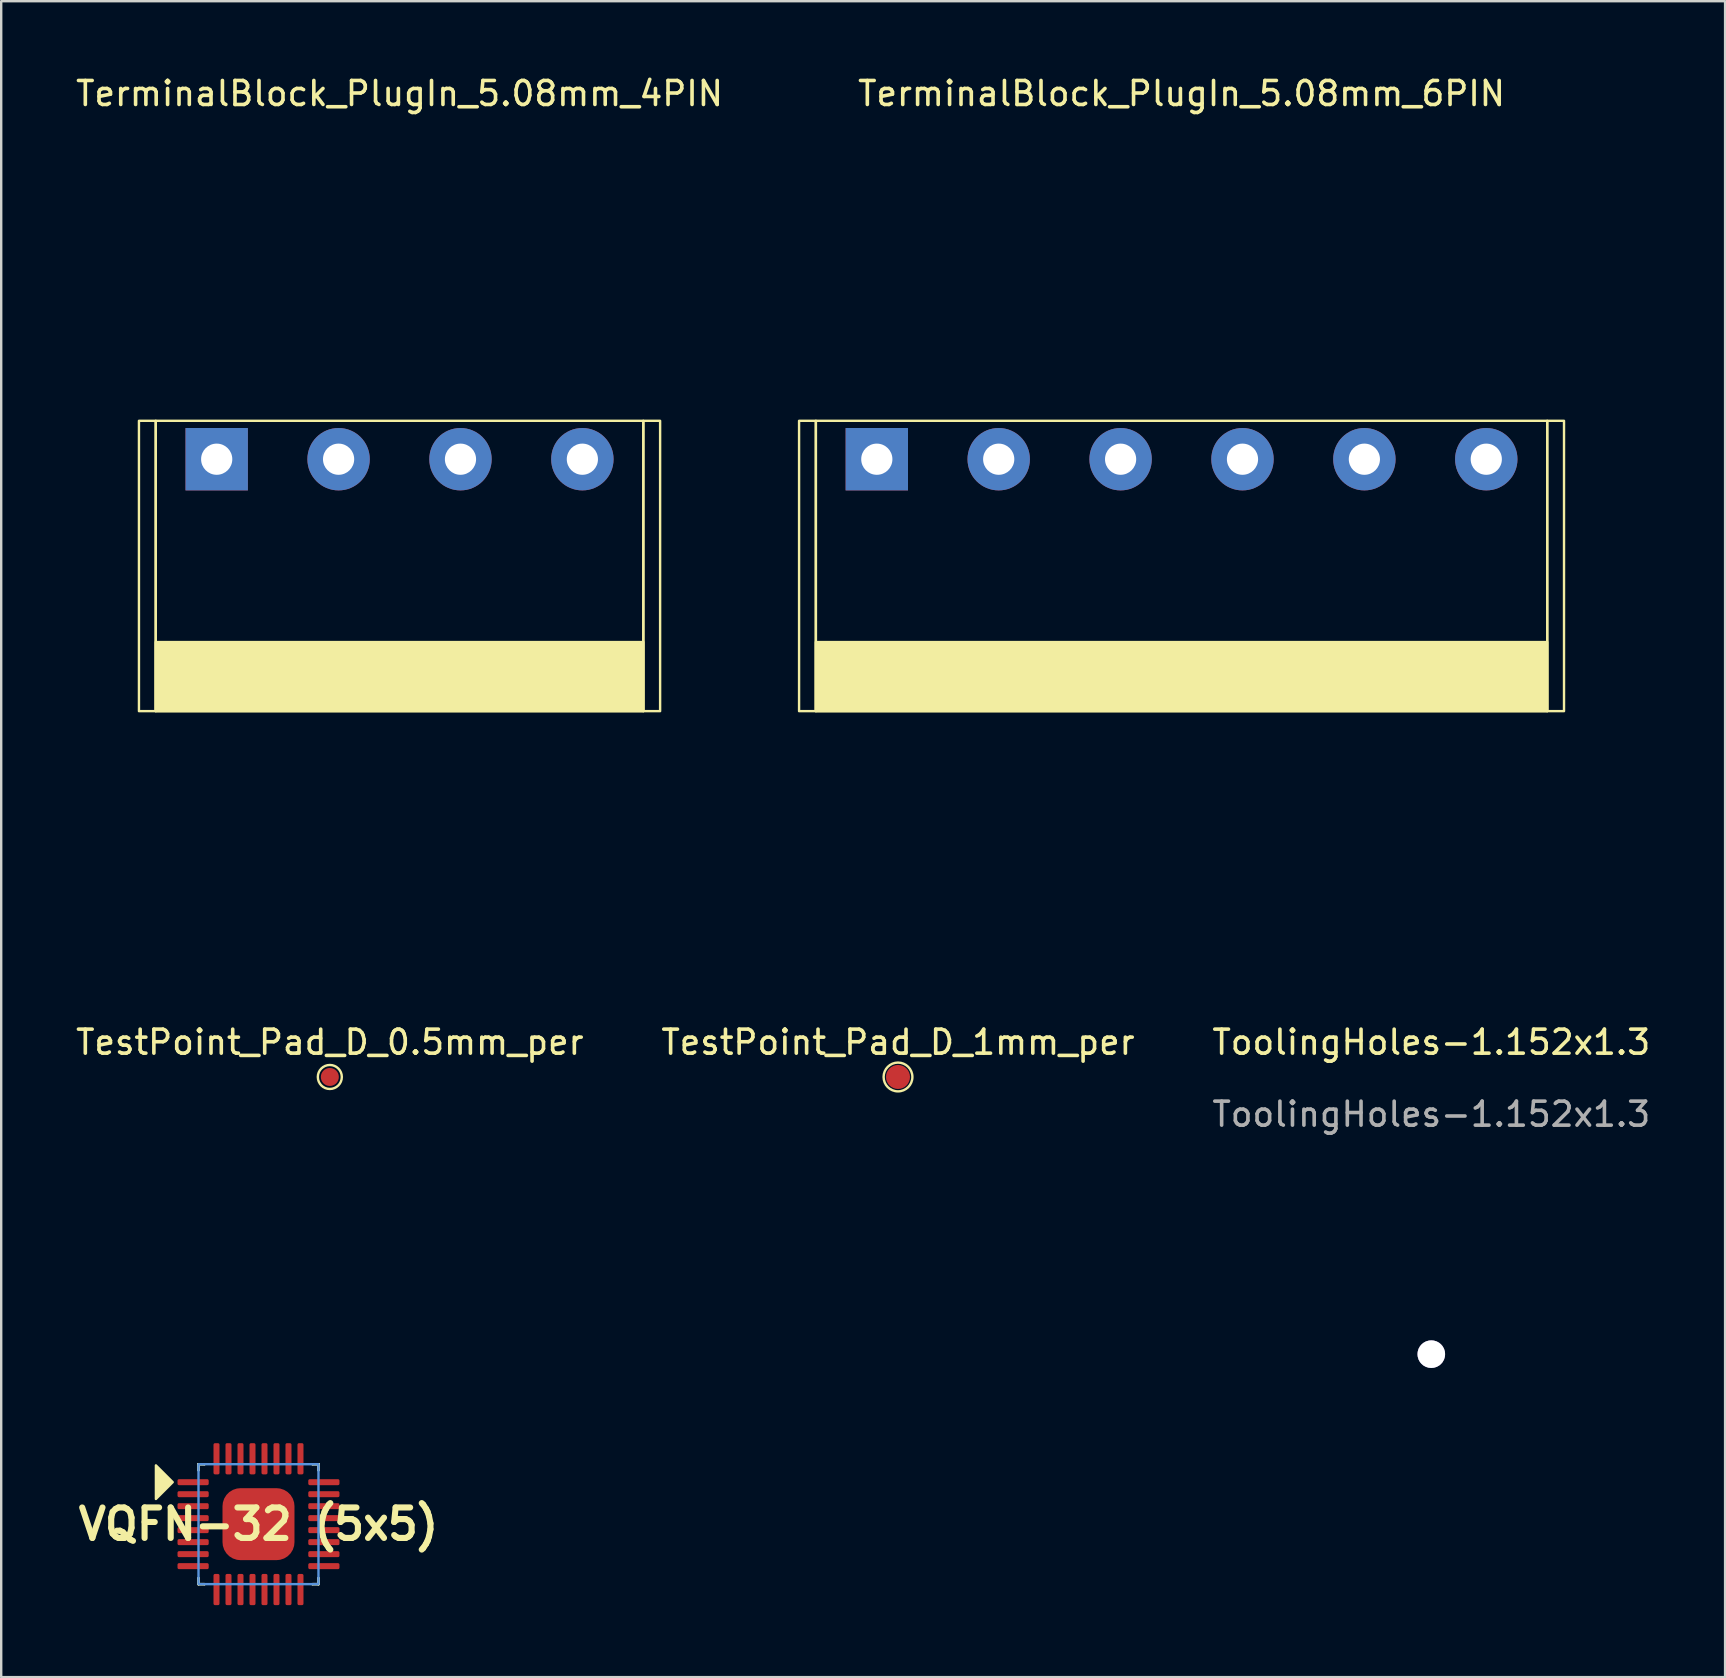
<source format=kicad_pcb>
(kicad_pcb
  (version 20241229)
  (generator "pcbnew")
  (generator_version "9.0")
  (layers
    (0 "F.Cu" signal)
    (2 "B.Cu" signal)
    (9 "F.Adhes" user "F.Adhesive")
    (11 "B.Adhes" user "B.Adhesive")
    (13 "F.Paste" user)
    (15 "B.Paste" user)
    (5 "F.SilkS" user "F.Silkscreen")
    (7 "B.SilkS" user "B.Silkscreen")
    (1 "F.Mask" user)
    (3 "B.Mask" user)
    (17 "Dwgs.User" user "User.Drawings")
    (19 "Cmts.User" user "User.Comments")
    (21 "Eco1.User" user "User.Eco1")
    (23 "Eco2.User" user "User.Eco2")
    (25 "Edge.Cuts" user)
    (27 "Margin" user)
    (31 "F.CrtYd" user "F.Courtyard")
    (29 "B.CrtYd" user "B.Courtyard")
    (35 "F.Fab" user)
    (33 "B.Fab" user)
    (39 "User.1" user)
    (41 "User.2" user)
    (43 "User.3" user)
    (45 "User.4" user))
  (footprint "VQFN-32 (5x5)"
    (layer "F.Cu")
    (at 7.723 60.471)
    (property "Reference" "VQFN-32 (5x5)" (at 0 0 180) (layer "F.SilkS") (effects (font (size 1.27 1.27) (thickness 0.254))))
    (attr smd)
    (fp_line (start -2.5 -2.5) (end -2.5 -2.5) (stroke (width 0.1) (type solid)) (layer "F.SilkS"))
    (fp_line (start -2.5 -2.5) (end -2.5 -2.5) (stroke (width 0.1) (type solid)) (layer "F.SilkS"))
    (fp_line (start -2.5 -2.5) (end -2.5 -2.25) (stroke (width 0.1) (type solid)) (layer "F.SilkS"))
    (fp_line (start -2.5 -2.5) (end -2.25 -2.5) (stroke (width 0.1) (type solid)) (layer "F.SilkS"))
    (fp_line (start -2.5 -2.25) (end -2.5 -2.5) (stroke (width 0.1) (type solid)) (layer "F.SilkS"))
    (fp_line (start -2.5 -2.25) (end -2.5 -2.25) (stroke (width 0.1) (type solid)) (layer "F.SilkS"))
    (fp_line (start -2.5 2.25) (end -2.5 2.25) (stroke (width 0.1) (type solid)) (layer "F.SilkS"))
    (fp_line (start -2.5 2.25) (end -2.5 2.5) (stroke (width 0.1) (type solid)) (layer "F.SilkS"))
    (fp_line (start -2.5 2.5) (end -2.5 2.25) (stroke (width 0.1) (type solid)) (layer "F.SilkS"))
    (fp_line (start -2.5 2.5) (end -2.5 2.5) (stroke (width 0.1) (type solid)) (layer "F.SilkS"))
    (fp_line (start -2.5 2.5) (end -2.5 2.5) (stroke (width 0.1) (type solid)) (layer "F.SilkS"))
    (fp_line (start -2.5 2.5) (end -2.25 2.5) (stroke (width 0.1) (type solid)) (layer "F.SilkS"))
    (fp_line (start -2.25 -2.5) (end -2.5 -2.5) (stroke (width 0.1) (type solid)) (layer "F.SilkS"))
    (fp_line (start -2.25 -2.5) (end -2.25 -2.5) (stroke (width 0.1) (type solid)) (layer "F.SilkS"))
    (fp_line (start -2.25 2.5) (end -2.5 2.5) (stroke (width 0.1) (type solid)) (layer "F.SilkS"))
    (fp_line (start -2.25 2.5) (end -2.25 2.5) (stroke (width 0.1) (type solid)) (layer "F.SilkS"))
    (fp_line (start 2.25 -2.5) (end 2.25 -2.5) (stroke (width 0.1) (type solid)) (layer "F.SilkS"))
    (fp_line (start 2.25 -2.5) (end 2.5 -2.5) (stroke (width 0.1) (type solid)) (layer "F.SilkS"))
    (fp_line (start 2.25 2.5) (end 2.25 2.5) (stroke (width 0.1) (type solid)) (layer "F.SilkS"))
    (fp_line (start 2.25 2.5) (end 2.5 2.5) (stroke (width 0.1) (type solid)) (layer "F.SilkS"))
    (fp_line (start 2.5 -2.5) (end 2.25 -2.5) (stroke (width 0.1) (type solid)) (layer "F.SilkS"))
    (fp_line (start 2.5 -2.5) (end 2.5 -2.5) (stroke (width 0.1) (type solid)) (layer "F.SilkS"))
    (fp_line (start 2.5 -2.5) (end 2.5 -2.5) (stroke (width 0.1) (type solid)) (layer "F.SilkS"))
    (fp_line (start 2.5 -2.5) (end 2.5 -2.25) (stroke (width 0.1) (type solid)) (layer "F.SilkS"))
    (fp_line (start 2.5 -2.25) (end 2.5 -2.5) (stroke (width 0.1) (type solid)) (layer "F.SilkS"))
    (fp_line (start 2.5 -2.25) (end 2.5 -2.25) (stroke (width 0.1) (type solid)) (layer "F.SilkS"))
    (fp_line (start 2.5 2.25) (end 2.5 2.25) (stroke (width 0.1) (type solid)) (layer "F.SilkS"))
    (fp_line (start 2.5 2.25) (end 2.5 2.5) (stroke (width 0.1) (type solid)) (layer "F.SilkS"))
    (fp_line (start 2.5 2.5) (end 2.25 2.5) (stroke (width 0.1) (type solid)) (layer "F.SilkS"))
    (fp_line (start 2.5 2.5) (end 2.5 2.25) (stroke (width 0.1) (type solid)) (layer "F.SilkS"))
    (fp_line (start 2.5 2.5) (end 2.5 2.5) (stroke (width 0.1) (type solid)) (layer "F.SilkS"))
    (fp_line (start 2.5 2.5) (end 2.5 2.5) (stroke (width 0.1) (type solid)) (layer "F.SilkS"))
    (fp_poly (pts (xy -4.275 -2.45) (xy -4.275 -1.05) (xy -3.575 -1.75)) (stroke (width 0.1) (type solid)) (fill yes) (layer "F.SilkS"))
    (fp_rect (start -0.3 -0.3) (end -0.9 -0.9) (stroke (width 0.12) (type solid)) (fill yes) (layer "F.Paste"))
    (fp_rect (start -0.3 0.9) (end -0.9 0.3) (stroke (width 0.12) (type solid)) (fill yes) (layer "F.Paste"))
    (fp_rect (start 0.9 -0.3) (end 0.3 -0.9) (stroke (width 0.12) (type solid)) (fill yes) (layer "F.Paste"))
    (fp_rect (start 0.9 0.9) (end 0.3 0.3) (stroke (width 0.12) (type solid)) (fill yes) (layer "F.Paste"))
    (fp_rect (start -2.5 2.5) (end 2.5 -2.5) (stroke (width 0.1) (type default)) (fill no) (layer "Cmts.User"))
    (pad "1" smd roundrect (at -2.725 -1.75 90) (size 0.25 1.3) (layers "F.Cu" "F.Mask" "F.Paste") (roundrect_rratio 0.25))
    (pad "2" smd roundrect (at -2.725 -1.25 90) (size 0.25 1.3) (layers "F.Cu" "F.Mask" "F.Paste") (roundrect_rratio 0.25))
    (pad "3" smd roundrect (at -2.725 -0.75 90) (size 0.25 1.3) (layers "F.Cu" "F.Mask" "F.Paste") (roundrect_rratio 0.25))
    (pad "4" smd roundrect (at -2.725 -0.25 90) (size 0.25 1.3) (layers "F.Cu" "F.Mask" "F.Paste") (roundrect_rratio 0.25))
    (pad "5" smd roundrect (at -2.725 0.25 90) (size 0.25 1.3) (layers "F.Cu" "F.Mask" "F.Paste") (roundrect_rratio 0.25))
    (pad "6" smd roundrect (at -2.725 0.75 90) (size 0.25 1.3) (layers "F.Cu" "F.Mask" "F.Paste") (roundrect_rratio 0.25))
    (pad "7" smd roundrect (at -2.725 1.25 90) (size 0.25 1.3) (layers "F.Cu" "F.Mask" "F.Paste") (roundrect_rratio 0.25))
    (pad "8" smd roundrect (at -2.725 1.75 90) (size 0.25 1.3) (layers "F.Cu" "F.Mask" "F.Paste") (roundrect_rratio 0.25))
    (pad "9" smd roundrect (at -1.75 2.725 180) (size 0.25 1.3) (layers "F.Cu" "F.Mask" "F.Paste") (roundrect_rratio 0.25))
    (pad "10" smd roundrect (at -1.25 2.725 180) (size 0.25 1.3) (layers "F.Cu" "F.Mask" "F.Paste") (roundrect_rratio 0.25))
    (pad "11" smd roundrect (at -0.75 2.725 180) (size 0.25 1.3) (layers "F.Cu" "F.Mask" "F.Paste") (roundrect_rratio 0.25))
    (pad "12" smd roundrect (at -0.25 2.725 180) (size 0.25 1.3) (layers "F.Cu" "F.Mask" "F.Paste") (roundrect_rratio 0.25))
    (pad "13" smd roundrect (at 0.25 2.725 180) (size 0.25 1.3) (layers "F.Cu" "F.Mask" "F.Paste") (roundrect_rratio 0.25))
    (pad "14" smd roundrect (at 0.75 2.725 180) (size 0.25 1.3) (layers "F.Cu" "F.Mask" "F.Paste") (roundrect_rratio 0.25))
    (pad "15" smd roundrect (at 1.25 2.725 180) (size 0.25 1.3) (layers "F.Cu" "F.Mask" "F.Paste") (roundrect_rratio 0.25))
    (pad "16" smd roundrect (at 1.75 2.725 180) (size 0.25 1.3) (layers "F.Cu" "F.Mask" "F.Paste") (roundrect_rratio 0.25))
    (pad "17" smd roundrect (at 2.725 1.75 270) (size 0.25 1.3) (layers "F.Cu" "F.Mask" "F.Paste") (roundrect_rratio 0.25))
    (pad "18" smd roundrect (at 2.725 1.25 270) (size 0.25 1.3) (layers "F.Cu" "F.Mask" "F.Paste") (roundrect_rratio 0.25))
    (pad "19" smd roundrect (at 2.725 0.75 270) (size 0.25 1.3) (layers "F.Cu" "F.Mask" "F.Paste") (roundrect_rratio 0.25))
    (pad "20" smd roundrect (at 2.725 0.25 270) (size 0.25 1.3) (layers "F.Cu" "F.Mask" "F.Paste") (roundrect_rratio 0.25))
    (pad "21" smd roundrect (at 2.725 -0.25 270) (size 0.25 1.3) (layers "F.Cu" "F.Mask" "F.Paste") (roundrect_rratio 0.25))
    (pad "22" smd roundrect (at 2.725 -0.75 270) (size 0.25 1.3) (layers "F.Cu" "F.Mask" "F.Paste") (roundrect_rratio 0.25))
    (pad "23" smd roundrect (at 2.725 -1.25 270) (size 0.25 1.3) (layers "F.Cu" "F.Mask" "F.Paste") (roundrect_rratio 0.25))
    (pad "24" smd roundrect (at 2.725 -1.75 270) (size 0.25 1.3) (layers "F.Cu" "F.Mask" "F.Paste") (roundrect_rratio 0.25))
    (pad "25" smd roundrect (at 1.75 -2.725) (size 0.25 1.3) (layers "F.Cu" "F.Mask" "F.Paste") (roundrect_rratio 0.25))
    (pad "26" smd roundrect (at 1.25 -2.725) (size 0.25 1.3) (layers "F.Cu" "F.Mask" "F.Paste") (roundrect_rratio 0.25))
    (pad "27" smd roundrect (at 0.75 -2.725) (size 0.25 1.3) (layers "F.Cu" "F.Mask" "F.Paste") (roundrect_rratio 0.25))
    (pad "28" smd roundrect (at 0.25 -2.725) (size 0.25 1.3) (layers "F.Cu" "F.Mask" "F.Paste") (roundrect_rratio 0.25))
    (pad "29" smd roundrect (at -0.25 -2.725) (size 0.25 1.3) (layers "F.Cu" "F.Mask" "F.Paste") (roundrect_rratio 0.25))
    (pad "30" smd roundrect (at -0.75 -2.725) (size 0.25 1.3) (layers "F.Cu" "F.Mask" "F.Paste") (roundrect_rratio 0.25))
    (pad "31" smd roundrect (at -1.25 -2.725) (size 0.25 1.3) (layers "F.Cu" "F.Mask" "F.Paste") (roundrect_rratio 0.25))
    (pad "32" smd roundrect (at -1.75 -2.725) (size 0.25 1.3) (layers "F.Cu" "F.Mask" "F.Paste") (roundrect_rratio 0.25))
    (pad "33" smd roundrect (at 0 0 90) (size 3 3) (layers "F.Cu" "F.Mask" "F.Paste") (roundrect_rratio 0.25)))
  (footprint "TestPoint_Pad_D_0.5mm_per"
    (layer "F.Cu")
    (at 10.696 41.834)
    (property "Reference" "TestPoint_Pad_D_0.5mm_per" (at 0 -1.448 0) (layer "F.SilkS") (effects (font (size 1 1) (thickness 0.15))))
    (attr exclude_from_pos_files)
    (fp_circle (center 0 0) (end 0.5 0) (stroke (width 0.1) (type solid)) (fill no) (layer "F.SilkS"))
    (pad "1" smd circle (at 0 0) (size 0.75 0.75) (layers "F.Cu" "F.Mask")))
  (footprint "TerminalBlock_PlugIn_5.08mm_4PIN"
    (layer "F.Cu")
    (at 13.601 16.088)
    (property "Reference" "TerminalBlock_PlugIn_5.08mm_4PIN" (at 0 -15.24 0) (layer "F.SilkS") (effects (font (size 1 1) (thickness 0.15))))
    (attr through_hole)
    (fp_rect (start -10.86 -1.6) (end -10.16 10.5) (stroke (width 0.1) (type default)) (fill no) (layer "F.SilkS"))
    (fp_rect (start -10.16 -1.6) (end 10.16 10.5) (stroke (width 0.1) (type default)) (fill no) (layer "F.SilkS"))
    (fp_rect (start -10.16 7.62) (end 10.16 10.5) (stroke (width 0.1) (type solid)) (fill yes) (layer "F.SilkS"))
    (fp_rect (start 10.16 -1.6) (end 10.86 10.5) (stroke (width 0.1) (type default)) (fill no) (layer "F.SilkS"))
    (fp_rect (start -10.16 10.5) (end 10.16 20.4) (stroke (width 0.1) (type default)) (fill no) (layer "User.2"))
    (pad "1" thru_hole rect (at -7.62 0) (size 2.6 2.6) (drill 1.3) (layers "*.Cu" "*.Mask"))
    (pad "2" thru_hole circle (at -2.54 0) (size 2.6 2.6) (drill 1.3) (layers "*.Cu" "*.Mask"))
    (pad "3" thru_hole circle (at 2.54 0) (size 2.6 2.6) (drill 1.3) (layers "*.Cu" "*.Mask"))
    (pad "4" thru_hole circle (at 7.62 0) (size 2.6 2.6) (drill 1.3) (layers "*.Cu" "*.Mask")))
  (footprint "TestPoint_Pad_D_1mm_per"
    (layer "F.Cu")
    (at 34.375 41.834)
    (property "Reference" "TestPoint_Pad_D_1mm_per" (at 0 -1.448 0) (layer "F.SilkS") (effects (font (size 1 1) (thickness 0.15))))
    (attr exclude_from_pos_files)
    (fp_circle (center 0 0) (end 0.6 0) (stroke (width 0.1) (type solid)) (fill no) (layer "F.SilkS"))
    (pad "1" smd circle (at 0 0) (size 1 1) (layers "F.Cu" "F.Mask")))
  (footprint "TerminalBlock_PlugIn_5.08mm_6PIN"
    (layer "F.Cu")
    (at 46.192 16.088)
    (property "Reference" "TerminalBlock_PlugIn_5.08mm_6PIN" (at 0 -15.24 0) (layer "F.SilkS") (effects (font (size 1 1) (thickness 0.15))))
    (attr through_hole)
    (fp_rect (start -15.94 -1.6) (end -15.24 10.5) (stroke (width 0.1) (type default)) (fill no) (layer "F.SilkS"))
    (fp_rect (start -15.24 -1.6) (end 15.24 10.5) (stroke (width 0.1) (type default)) (fill no) (layer "F.SilkS"))
    (fp_rect (start -15.24 7.62) (end 15.24 10.5) (stroke (width 0.1) (type solid)) (fill yes) (layer "F.SilkS"))
    (fp_rect (start 15.24 -1.6) (end 15.94 10.5) (stroke (width 0.1) (type default)) (fill no) (layer "F.SilkS"))
    (pad "1" thru_hole rect (at -12.7 0) (size 2.6 2.6) (drill 1.3) (layers "*.Cu" "*.Mask"))
    (pad "2" thru_hole circle (at -7.62 0) (size 2.6 2.6) (drill 1.3) (layers "*.Cu" "*.Mask"))
    (pad "3" thru_hole circle (at -2.54 0) (size 2.6 2.6) (drill 1.3) (layers "*.Cu" "*.Mask"))
    (pad "4" thru_hole circle (at 2.54 0) (size 2.6 2.6) (drill 1.3) (layers "*.Cu" "*.Mask"))
    (pad "5" thru_hole circle (at 7.62 0) (size 2.6 2.6) (drill 1.3) (layers "*.Cu" "*.Mask"))
    (pad "6" thru_hole circle (at 12.7 0) (size 2.6 2.6) (drill 1.3) (layers "*.Cu" "*.Mask")))
  (footprint "ToolingHoles-1.152x1.3"
    (layer "F.Cu")
    (at 56.601 53.386)
    (property "Reference" "ToolingHoles-1.152x1.3" (at 0 -13 0) (unlocked yes) (layer "F.SilkS") (effects (font (size 1 1) (thickness 0.15))))
    (attr smd)
    (fp_circle (center 0 0) (end 0.65 0) (stroke (width 0.12) (type solid)) (fill yes) (layer "F.Mask"))
    (fp_text user "${REFERENCE}" (at 0 -10 0) (unlocked yes) (layer "F.Fab") (effects (font (size 1 1) (thickness 0.15))))
    (pad "" np_thru_hole custom (at 0 0) (size 1.152 1.152) (drill 1.152) (layers "*.Cu" "*.Mask") (options (anchor circle)) (primitives)))
  (gr_rect
    (start -3 -3)
    (end 68.845 66.847)
    (stroke (width 0.1) (type default))
    (fill no)
    (layer "Edge.Cuts")))
</source>
